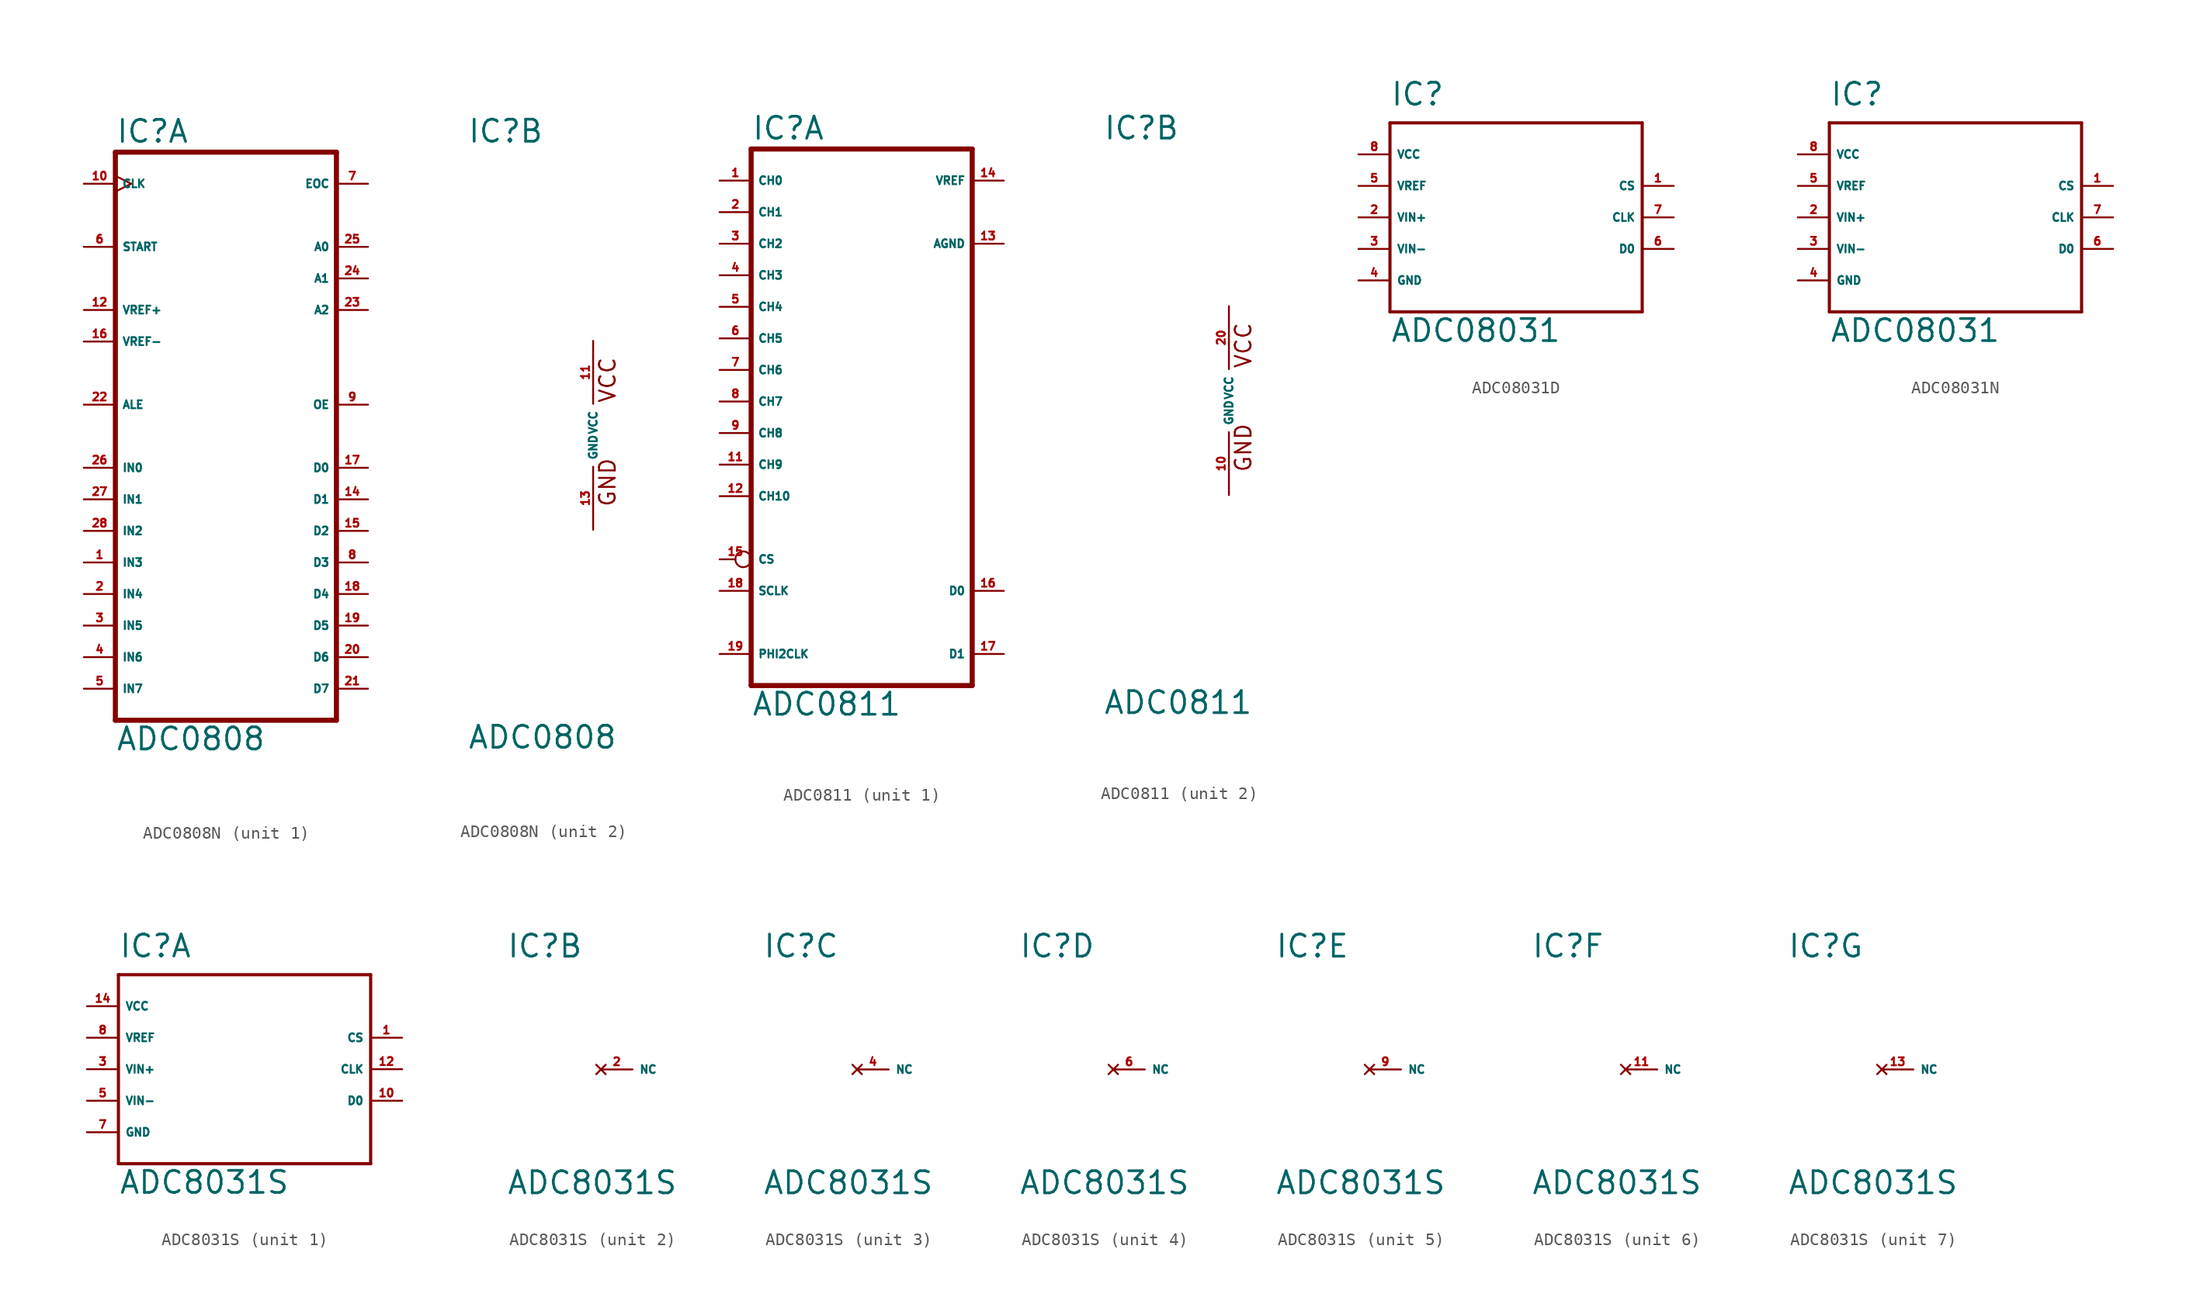
<source format=kicad_sym>
(kicad_symbol_lib
  (version 20220914)
  (generator Eagle2Kicad)
  (symbol "ADC0808N"
    (property "Reference" "IC"
      (at -10.16 23.495 0)
      (effects (font (size 1.778 1.778) (thickness 0.22)) (justify left bottom)))
    (property "Value" "ADC0808"
      (at -10.16 -25.4 0)
      (effects (font (size 1.778 1.778) (thickness 0.22)) (justify left bottom)))
    (symbol "ADC0808N_1_0"
      (polyline (pts (xy -10.16 -22.86) (xy 7.62 -22.86)) (stroke (width 0.406) (type default)) (fill (type none)))
      (polyline (pts (xy 7.62 -22.86) (xy 7.62 22.86)) (stroke (width 0.406) (type default)) (fill (type none)))
      (polyline (pts (xy 7.62 22.86) (xy -10.16 22.86)) (stroke (width 0.406) (type default)) (fill (type none)))
      (polyline (pts (xy -10.16 22.86) (xy -10.16 -22.86)) (stroke (width 0.406) (type default)) (fill (type none)))
      (pin input line (at -12.7 -10.16 0) (length 2.54) (name "IN3" (effects (font (size 0.635 0.635) (thickness 0.08)) (justify left bottom))) (number "1" (effects (font (size 0.635 0.635) (thickness 0.08)) (justify left bottom))))
      (pin input line (at -12.7 -12.7 0) (length 2.54) (name "IN4" (effects (font (size 0.635 0.635) (thickness 0.08)) (justify left bottom))) (number "2" (effects (font (size 0.635 0.635) (thickness 0.08)) (justify left bottom))))
      (pin input line (at -12.7 -15.24 0) (length 2.54) (name "IN5" (effects (font (size 0.635 0.635) (thickness 0.08)) (justify left bottom))) (number "3" (effects (font (size 0.635 0.635) (thickness 0.08)) (justify left bottom))))
      (pin input line (at -12.7 -17.78 0) (length 2.54) (name "IN6" (effects (font (size 0.635 0.635) (thickness 0.08)) (justify left bottom))) (number "4" (effects (font (size 0.635 0.635) (thickness 0.08)) (justify left bottom))))
      (pin input line (at -12.7 -20.32 0) (length 2.54) (name "IN7" (effects (font (size 0.635 0.635) (thickness 0.08)) (justify left bottom))) (number "5" (effects (font (size 0.635 0.635) (thickness 0.08)) (justify left bottom))))
      (pin input line (at -12.7 15.24 0) (length 2.54) (name "START" (effects (font (size 0.635 0.635) (thickness 0.08)) (justify left bottom))) (number "6" (effects (font (size 0.635 0.635) (thickness 0.08)) (justify left bottom))))
      (pin output line (at 10.16 20.32 180) (length 2.54) (name "EOC" (effects (font (size 0.635 0.635) (thickness 0.08)) (justify left bottom))) (number "7" (effects (font (size 0.635 0.635) (thickness 0.08)) (justify left bottom))))
      (pin tri_state line (at 10.16 -10.16 180) (length 2.54) (name "D3" (effects (font (size 0.635 0.635) (thickness 0.08)) (justify left bottom))) (number "8" (effects (font (size 0.635 0.635) (thickness 0.08)) (justify left bottom))))
      (pin input line (at 10.16 2.54 180) (length 2.54) (name "OE" (effects (font (size 0.635 0.635) (thickness 0.08)) (justify left bottom))) (number "9" (effects (font (size 0.635 0.635) (thickness 0.08)) (justify left bottom))))
      (pin input clock (at -12.7 20.32 0) (length 2.54) (name "CLK" (effects (font (size 0.635 0.635) (thickness 0.08)) (justify left bottom))) (number "10" (effects (font (size 0.635 0.635) (thickness 0.08)) (justify left bottom))))
      (pin input line (at -12.7 10.16 0) (length 2.54) (name "VREF+" (effects (font (size 0.635 0.635) (thickness 0.08)) (justify left bottom))) (number "12" (effects (font (size 0.635 0.635) (thickness 0.08)) (justify left bottom))))
      (pin tri_state line (at 10.16 -5.08 180) (length 2.54) (name "D1" (effects (font (size 0.635 0.635) (thickness 0.08)) (justify left bottom))) (number "14" (effects (font (size 0.635 0.635) (thickness 0.08)) (justify left bottom))))
      (pin tri_state line (at 10.16 -7.62 180) (length 2.54) (name "D2" (effects (font (size 0.635 0.635) (thickness 0.08)) (justify left bottom))) (number "15" (effects (font (size 0.635 0.635) (thickness 0.08)) (justify left bottom))))
      (pin input line (at -12.7 7.62 0) (length 2.54) (name "VREF-" (effects (font (size 0.635 0.635) (thickness 0.08)) (justify left bottom))) (number "16" (effects (font (size 0.635 0.635) (thickness 0.08)) (justify left bottom))))
      (pin tri_state line (at 10.16 -2.54 180) (length 2.54) (name "D0" (effects (font (size 0.635 0.635) (thickness 0.08)) (justify left bottom))) (number "17" (effects (font (size 0.635 0.635) (thickness 0.08)) (justify left bottom))))
      (pin tri_state line (at 10.16 -12.7 180) (length 2.54) (name "D4" (effects (font (size 0.635 0.635) (thickness 0.08)) (justify left bottom))) (number "18" (effects (font (size 0.635 0.635) (thickness 0.08)) (justify left bottom))))
      (pin tri_state line (at 10.16 -15.24 180) (length 2.54) (name "D5" (effects (font (size 0.635 0.635) (thickness 0.08)) (justify left bottom))) (number "19" (effects (font (size 0.635 0.635) (thickness 0.08)) (justify left bottom))))
      (pin tri_state line (at 10.16 -17.78 180) (length 2.54) (name "D6" (effects (font (size 0.635 0.635) (thickness 0.08)) (justify left bottom))) (number "20" (effects (font (size 0.635 0.635) (thickness 0.08)) (justify left bottom))))
      (pin tri_state line (at 10.16 -20.32 180) (length 2.54) (name "D7" (effects (font (size 0.635 0.635) (thickness 0.08)) (justify left bottom))) (number "21" (effects (font (size 0.635 0.635) (thickness 0.08)) (justify left bottom))))
      (pin input line (at -12.7 2.54 0) (length 2.54) (name "ALE" (effects (font (size 0.635 0.635) (thickness 0.08)) (justify left bottom))) (number "22" (effects (font (size 0.635 0.635) (thickness 0.08)) (justify left bottom))))
      (pin input line (at 10.16 10.16 180) (length 2.54) (name "A2" (effects (font (size 0.635 0.635) (thickness 0.08)) (justify left bottom))) (number "23" (effects (font (size 0.635 0.635) (thickness 0.08)) (justify left bottom))))
      (pin input line (at 10.16 12.7 180) (length 2.54) (name "A1" (effects (font (size 0.635 0.635) (thickness 0.08)) (justify left bottom))) (number "24" (effects (font (size 0.635 0.635) (thickness 0.08)) (justify left bottom))))
      (pin input line (at 10.16 15.24 180) (length 2.54) (name "A0" (effects (font (size 0.635 0.635) (thickness 0.08)) (justify left bottom))) (number "25" (effects (font (size 0.635 0.635) (thickness 0.08)) (justify left bottom))))
      (pin input line (at -12.7 -2.54 0) (length 2.54) (name "IN0" (effects (font (size 0.635 0.635) (thickness 0.08)) (justify left bottom))) (number "26" (effects (font (size 0.635 0.635) (thickness 0.08)) (justify left bottom))))
      (pin input line (at -12.7 -5.08 0) (length 2.54) (name "IN1" (effects (font (size 0.635 0.635) (thickness 0.08)) (justify left bottom))) (number "27" (effects (font (size 0.635 0.635) (thickness 0.08)) (justify left bottom))))
      (pin input line (at -12.7 -7.62 0) (length 2.54) (name "IN2" (effects (font (size 0.635 0.635) (thickness 0.08)) (justify left bottom))) (number "28" (effects (font (size 0.635 0.635) (thickness 0.08)) (justify left bottom)))))
    (symbol "ADC0808N_2_0"
      (text "VCC" (at 1.905 2.54 900) (effects (font (size 1.27 1.27) (thickness 0.16)) (justify left bottom)))
      (text "GND" (at 1.905 -5.842 900) (effects (font (size 1.27 1.27) (thickness 0.16)) (justify left bottom)))
      (pin unspecified line (at 0 7.62 270) (length 5.08) (name "VCC" (effects (font (size 0.635 0.635) (thickness 0.08)) (justify left bottom))) (number "11" (effects (font (size 0.635 0.635) (thickness 0.08)) (justify left bottom))))
      (pin unspecified line (at 0 -7.62 90) (length 5.08) (name "GND" (effects (font (size 0.635 0.635) (thickness 0.08)) (justify left bottom))) (number "13" (effects (font (size 0.635 0.635) (thickness 0.08)) (justify left bottom))))))
  (symbol "ADC0811"
    (property "Reference" "IC"
      (at -10.16 20.955 0)
      (effects (font (size 1.778 1.778) (thickness 0.22)) (justify left bottom)))
    (property "Value" "ADC0811"
      (at -10.16 -25.4 0)
      (effects (font (size 1.778 1.778) (thickness 0.22)) (justify left bottom)))
    (symbol "ADC0811_1_0"
      (polyline (pts (xy -10.16 -22.86) (xy 7.62 -22.86)) (stroke (width 0.406) (type default)) (fill (type none)))
      (polyline (pts (xy 7.62 20.32) (xy 7.62 -22.86)) (stroke (width 0.406) (type default)) (fill (type none)))
      (polyline (pts (xy 7.62 20.32) (xy -10.16 20.32)) (stroke (width 0.406) (type default)) (fill (type none)))
      (polyline (pts (xy -10.16 -22.86) (xy -10.16 20.32)) (stroke (width 0.406) (type default)) (fill (type none)))
      (pin input line (at 10.16 17.78 180) (length 2.54) (name "VREF" (effects (font (size 0.635 0.635) (thickness 0.08)) (justify left bottom))) (number "14" (effects (font (size 0.635 0.635) (thickness 0.08)) (justify left bottom))))
      (pin input line (at 10.16 12.7 180) (length 2.54) (name "AGND" (effects (font (size 0.635 0.635) (thickness 0.08)) (justify left bottom))) (number "13" (effects (font (size 0.635 0.635) (thickness 0.08)) (justify left bottom))))
      (pin output line (at 10.16 -15.24 180) (length 2.54) (name "D0" (effects (font (size 0.635 0.635) (thickness 0.08)) (justify left bottom))) (number "16" (effects (font (size 0.635 0.635) (thickness 0.08)) (justify left bottom))))
      (pin input line (at -12.7 -20.32 0) (length 2.54) (name "PHI2CLK" (effects (font (size 0.635 0.635) (thickness 0.08)) (justify left bottom))) (number "19" (effects (font (size 0.635 0.635) (thickness 0.08)) (justify left bottom))))
      (pin input line (at -12.7 17.78 0) (length 2.54) (name "CH0" (effects (font (size 0.635 0.635) (thickness 0.08)) (justify left bottom))) (number "1" (effects (font (size 0.635 0.635) (thickness 0.08)) (justify left bottom))))
      (pin input line (at -12.7 15.24 0) (length 2.54) (name "CH1" (effects (font (size 0.635 0.635) (thickness 0.08)) (justify left bottom))) (number "2" (effects (font (size 0.635 0.635) (thickness 0.08)) (justify left bottom))))
      (pin input line (at -12.7 12.7 0) (length 2.54) (name "CH2" (effects (font (size 0.635 0.635) (thickness 0.08)) (justify left bottom))) (number "3" (effects (font (size 0.635 0.635) (thickness 0.08)) (justify left bottom))))
      (pin input line (at -12.7 10.16 0) (length 2.54) (name "CH3" (effects (font (size 0.635 0.635) (thickness 0.08)) (justify left bottom))) (number "4" (effects (font (size 0.635 0.635) (thickness 0.08)) (justify left bottom))))
      (pin input line (at -12.7 7.62 0) (length 2.54) (name "CH4" (effects (font (size 0.635 0.635) (thickness 0.08)) (justify left bottom))) (number "5" (effects (font (size 0.635 0.635) (thickness 0.08)) (justify left bottom))))
      (pin input line (at -12.7 5.08 0) (length 2.54) (name "CH5" (effects (font (size 0.635 0.635) (thickness 0.08)) (justify left bottom))) (number "6" (effects (font (size 0.635 0.635) (thickness 0.08)) (justify left bottom))))
      (pin input line (at -12.7 2.54 0) (length 2.54) (name "CH6" (effects (font (size 0.635 0.635) (thickness 0.08)) (justify left bottom))) (number "7" (effects (font (size 0.635 0.635) (thickness 0.08)) (justify left bottom))))
      (pin input line (at -12.7 0 0) (length 2.54) (name "CH7" (effects (font (size 0.635 0.635) (thickness 0.08)) (justify left bottom))) (number "8" (effects (font (size 0.635 0.635) (thickness 0.08)) (justify left bottom))))
      (pin input line (at -12.7 -5.08 0) (length 2.54) (name "CH9" (effects (font (size 0.635 0.635) (thickness 0.08)) (justify left bottom))) (number "11" (effects (font (size 0.635 0.635) (thickness 0.08)) (justify left bottom))))
      (pin input line (at -12.7 -2.54 0) (length 2.54) (name "CH8" (effects (font (size 0.635 0.635) (thickness 0.08)) (justify left bottom))) (number "9" (effects (font (size 0.635 0.635) (thickness 0.08)) (justify left bottom))))
      (pin input line (at -12.7 -7.62 0) (length 2.54) (name "CH10" (effects (font (size 0.635 0.635) (thickness 0.08)) (justify left bottom))) (number "12" (effects (font (size 0.635 0.635) (thickness 0.08)) (justify left bottom))))
      (pin input inverted (at -12.7 -12.7 0) (length 2.54) (name "CS" (effects (font (size 0.635 0.635) (thickness 0.08)) (justify left bottom))) (number "15" (effects (font (size 0.635 0.635) (thickness 0.08)) (justify left bottom))))
      (pin input line (at -12.7 -15.24 0) (length 2.54) (name "SCLK" (effects (font (size 0.635 0.635) (thickness 0.08)) (justify left bottom))) (number "18" (effects (font (size 0.635 0.635) (thickness 0.08)) (justify left bottom))))
      (pin input line (at 10.16 -20.32 180) (length 2.54) (name "D1" (effects (font (size 0.635 0.635) (thickness 0.08)) (justify left bottom))) (number "17" (effects (font (size 0.635 0.635) (thickness 0.08)) (justify left bottom)))))
    (symbol "ADC0811_2_0"
      (text "VCC" (at 1.905 2.54 900) (effects (font (size 1.27 1.27) (thickness 0.16)) (justify left bottom)))
      (text "GND" (at 1.905 -5.842 900) (effects (font (size 1.27 1.27) (thickness 0.16)) (justify left bottom)))
      (pin unspecified line (at 0 7.62 270) (length 5.08) (name "VCC" (effects (font (size 0.635 0.635) (thickness 0.08)) (justify left bottom))) (number "20" (effects (font (size 0.635 0.635) (thickness 0.08)) (justify left bottom))))
      (pin unspecified line (at 0 -7.62 90) (length 5.08) (name "GND" (effects (font (size 0.635 0.635) (thickness 0.08)) (justify left bottom))) (number "10" (effects (font (size 0.635 0.635) (thickness 0.08)) (justify left bottom))))))
  (symbol "ADC08031D"
    (property "Reference" "IC"
      (at -10.16 8.89 0)
      (effects (font (size 1.778 1.778) (thickness 0.22)) (justify left bottom)))
    (property "Value" "ADC08031"
      (at -10.16 -10.16 0)
      (effects (font (size 1.778 1.778) (thickness 0.22)) (justify left bottom)))
    (polyline
      (pts (xy -10.16 7.62) (xy 10.16 7.62))
      (stroke (width 0.254) (type default))
      (fill (type none)))
    (polyline
      (pts (xy 10.16 7.62) (xy 10.16 -7.62))
      (stroke (width 0.254) (type default))
      (fill (type none)))
    (polyline
      (pts (xy 10.16 -7.62) (xy -10.16 -7.62))
      (stroke (width 0.254) (type default))
      (fill (type none)))
    (polyline
      (pts (xy -10.16 -7.62) (xy -10.16 7.62))
      (stroke (width 0.254) (type default))
      (fill (type none)))
    (pin unspecified line
      (at -12.7 5.08 0)
      (length 2.54)
      (name "VCC" (effects (font (size 0.635 0.635) (thickness 0.08)) (justify left bottom)))
      (number "8" (effects (font (size 0.635 0.635) (thickness 0.08)) (justify left bottom))))
    (pin unspecified line
      (at -12.7 -5.08 0)
      (length 2.54)
      (name "GND" (effects (font (size 0.635 0.635) (thickness 0.08)) (justify left bottom)))
      (number "4" (effects (font (size 0.635 0.635) (thickness 0.08)) (justify left bottom))))
    (pin input line
      (at 12.7 0 180)
      (length 2.54)
      (name "CLK" (effects (font (size 0.635 0.635) (thickness 0.08)) (justify left bottom)))
      (number "7" (effects (font (size 0.635 0.635) (thickness 0.08)) (justify left bottom))))
    (pin input line
      (at 12.7 2.54 180)
      (length 2.54)
      (name "CS" (effects (font (size 0.635 0.635) (thickness 0.08)) (justify left bottom)))
      (number "1" (effects (font (size 0.635 0.635) (thickness 0.08)) (justify left bottom))))
    (pin tri_state line
      (at 12.7 -2.54 180)
      (length 2.54)
      (name "D0" (effects (font (size 0.635 0.635) (thickness 0.08)) (justify left bottom)))
      (number "6" (effects (font (size 0.635 0.635) (thickness 0.08)) (justify left bottom))))
    (pin input line
      (at -12.7 2.54 0)
      (length 2.54)
      (name "VREF" (effects (font (size 0.635 0.635) (thickness 0.08)) (justify left bottom)))
      (number "5" (effects (font (size 0.635 0.635) (thickness 0.08)) (justify left bottom))))
    (pin input line
      (at -12.7 0 0)
      (length 2.54)
      (name "VIN+" (effects (font (size 0.635 0.635) (thickness 0.08)) (justify left bottom)))
      (number "2" (effects (font (size 0.635 0.635) (thickness 0.08)) (justify left bottom))))
    (pin input line
      (at -12.7 -2.54 0)
      (length 2.54)
      (name "VIN-" (effects (font (size 0.635 0.635) (thickness 0.08)) (justify left bottom)))
      (number "3" (effects (font (size 0.635 0.635) (thickness 0.08)) (justify left bottom)))))
  (symbol "ADC08031N"
    (property "Reference" "IC"
      (at -10.16 8.89 0)
      (effects (font (size 1.778 1.778) (thickness 0.22)) (justify left bottom)))
    (property "Value" "ADC08031"
      (at -10.16 -10.16 0)
      (effects (font (size 1.778 1.778) (thickness 0.22)) (justify left bottom)))
    (polyline
      (pts (xy -10.16 7.62) (xy 10.16 7.62))
      (stroke (width 0.254) (type default))
      (fill (type none)))
    (polyline
      (pts (xy 10.16 7.62) (xy 10.16 -7.62))
      (stroke (width 0.254) (type default))
      (fill (type none)))
    (polyline
      (pts (xy 10.16 -7.62) (xy -10.16 -7.62))
      (stroke (width 0.254) (type default))
      (fill (type none)))
    (polyline
      (pts (xy -10.16 -7.62) (xy -10.16 7.62))
      (stroke (width 0.254) (type default))
      (fill (type none)))
    (pin unspecified line
      (at -12.7 5.08 0)
      (length 2.54)
      (name "VCC" (effects (font (size 0.635 0.635) (thickness 0.08)) (justify left bottom)))
      (number "8" (effects (font (size 0.635 0.635) (thickness 0.08)) (justify left bottom))))
    (pin unspecified line
      (at -12.7 -5.08 0)
      (length 2.54)
      (name "GND" (effects (font (size 0.635 0.635) (thickness 0.08)) (justify left bottom)))
      (number "4" (effects (font (size 0.635 0.635) (thickness 0.08)) (justify left bottom))))
    (pin input line
      (at 12.7 0 180)
      (length 2.54)
      (name "CLK" (effects (font (size 0.635 0.635) (thickness 0.08)) (justify left bottom)))
      (number "7" (effects (font (size 0.635 0.635) (thickness 0.08)) (justify left bottom))))
    (pin input line
      (at 12.7 2.54 180)
      (length 2.54)
      (name "CS" (effects (font (size 0.635 0.635) (thickness 0.08)) (justify left bottom)))
      (number "1" (effects (font (size 0.635 0.635) (thickness 0.08)) (justify left bottom))))
    (pin tri_state line
      (at 12.7 -2.54 180)
      (length 2.54)
      (name "D0" (effects (font (size 0.635 0.635) (thickness 0.08)) (justify left bottom)))
      (number "6" (effects (font (size 0.635 0.635) (thickness 0.08)) (justify left bottom))))
    (pin input line
      (at -12.7 2.54 0)
      (length 2.54)
      (name "VREF" (effects (font (size 0.635 0.635) (thickness 0.08)) (justify left bottom)))
      (number "5" (effects (font (size 0.635 0.635) (thickness 0.08)) (justify left bottom))))
    (pin input line
      (at -12.7 0 0)
      (length 2.54)
      (name "VIN+" (effects (font (size 0.635 0.635) (thickness 0.08)) (justify left bottom)))
      (number "2" (effects (font (size 0.635 0.635) (thickness 0.08)) (justify left bottom))))
    (pin input line
      (at -12.7 -2.54 0)
      (length 2.54)
      (name "VIN-" (effects (font (size 0.635 0.635) (thickness 0.08)) (justify left bottom)))
      (number "3" (effects (font (size 0.635 0.635) (thickness 0.08)) (justify left bottom)))))
  (symbol "ADC8031S"
    (property "Reference" "IC"
      (at -10.16 8.89 0)
      (effects (font (size 1.778 1.778) (thickness 0.22)) (justify left bottom)))
    (property "Value" "ADC8031S"
      (at -10.16 -10.16 0)
      (effects (font (size 1.778 1.778) (thickness 0.22)) (justify left bottom)))
    (symbol "ADC8031S_1_0"
      (polyline (pts (xy -10.16 7.62) (xy 10.16 7.62)) (stroke (width 0.254) (type default)) (fill (type none)))
      (polyline (pts (xy 10.16 7.62) (xy 10.16 -7.62)) (stroke (width 0.254) (type default)) (fill (type none)))
      (polyline (pts (xy 10.16 -7.62) (xy -10.16 -7.62)) (stroke (width 0.254) (type default)) (fill (type none)))
      (polyline (pts (xy -10.16 -7.62) (xy -10.16 7.62)) (stroke (width 0.254) (type default)) (fill (type none)))
      (pin unspecified line (at -12.7 5.08 0) (length 2.54) (name "VCC" (effects (font (size 0.635 0.635) (thickness 0.08)) (justify left bottom))) (number "14" (effects (font (size 0.635 0.635) (thickness 0.08)) (justify left bottom))))
      (pin unspecified line (at -12.7 -5.08 0) (length 2.54) (name "GND" (effects (font (size 0.635 0.635) (thickness 0.08)) (justify left bottom))) (number "7" (effects (font (size 0.635 0.635) (thickness 0.08)) (justify left bottom))))
      (pin input line (at 12.7 0 180) (length 2.54) (name "CLK" (effects (font (size 0.635 0.635) (thickness 0.08)) (justify left bottom))) (number "12" (effects (font (size 0.635 0.635) (thickness 0.08)) (justify left bottom))))
      (pin input line (at 12.7 2.54 180) (length 2.54) (name "CS" (effects (font (size 0.635 0.635) (thickness 0.08)) (justify left bottom))) (number "1" (effects (font (size 0.635 0.635) (thickness 0.08)) (justify left bottom))))
      (pin tri_state line (at 12.7 -2.54 180) (length 2.54) (name "D0" (effects (font (size 0.635 0.635) (thickness 0.08)) (justify left bottom))) (number "10" (effects (font (size 0.635 0.635) (thickness 0.08)) (justify left bottom))))
      (pin input line (at -12.7 2.54 0) (length 2.54) (name "VREF" (effects (font (size 0.635 0.635) (thickness 0.08)) (justify left bottom))) (number "8" (effects (font (size 0.635 0.635) (thickness 0.08)) (justify left bottom))))
      (pin input line (at -12.7 0 0) (length 2.54) (name "VIN+" (effects (font (size 0.635 0.635) (thickness 0.08)) (justify left bottom))) (number "3" (effects (font (size 0.635 0.635) (thickness 0.08)) (justify left bottom))))
      (pin input line (at -12.7 -2.54 0) (length 2.54) (name "VIN-" (effects (font (size 0.635 0.635) (thickness 0.08)) (justify left bottom))) (number "5" (effects (font (size 0.635 0.635) (thickness 0.08)) (justify left bottom)))))
    (symbol "ADC8031S_2_0"
      (pin no_connect line (at -2.54 0 0) (length 2.54) (name "NC" (effects (font (size 0.635 0.635) (thickness 0.08)) (justify left bottom) hide)) (number "2" (effects (font (size 0.635 0.635) (thickness 0.08)) (justify left bottom) hide))))
    (symbol "ADC8031S_3_0"
      (pin no_connect line (at -2.54 0 0) (length 2.54) (name "NC" (effects (font (size 0.635 0.635) (thickness 0.08)) (justify left bottom) hide)) (number "4" (effects (font (size 0.635 0.635) (thickness 0.08)) (justify left bottom) hide))))
    (symbol "ADC8031S_4_0"
      (pin no_connect line (at -2.54 0 0) (length 2.54) (name "NC" (effects (font (size 0.635 0.635) (thickness 0.08)) (justify left bottom) hide)) (number "6" (effects (font (size 0.635 0.635) (thickness 0.08)) (justify left bottom) hide))))
    (symbol "ADC8031S_5_0"
      (pin no_connect line (at -2.54 0 0) (length 2.54) (name "NC" (effects (font (size 0.635 0.635) (thickness 0.08)) (justify left bottom) hide)) (number "9" (effects (font (size 0.635 0.635) (thickness 0.08)) (justify left bottom) hide))))
    (symbol "ADC8031S_6_0"
      (pin no_connect line (at -2.54 0 0) (length 2.54) (name "NC" (effects (font (size 0.635 0.635) (thickness 0.08)) (justify left bottom) hide)) (number "11" (effects (font (size 0.635 0.635) (thickness 0.08)) (justify left bottom) hide))))
    (symbol "ADC8031S_7_0"
      (pin no_connect line (at -2.54 0 0) (length 2.54) (name "NC" (effects (font (size 0.635 0.635) (thickness 0.08)) (justify left bottom) hide)) (number "13" (effects (font (size 0.635 0.635) (thickness 0.08)) (justify left bottom) hide))))))
</source>
